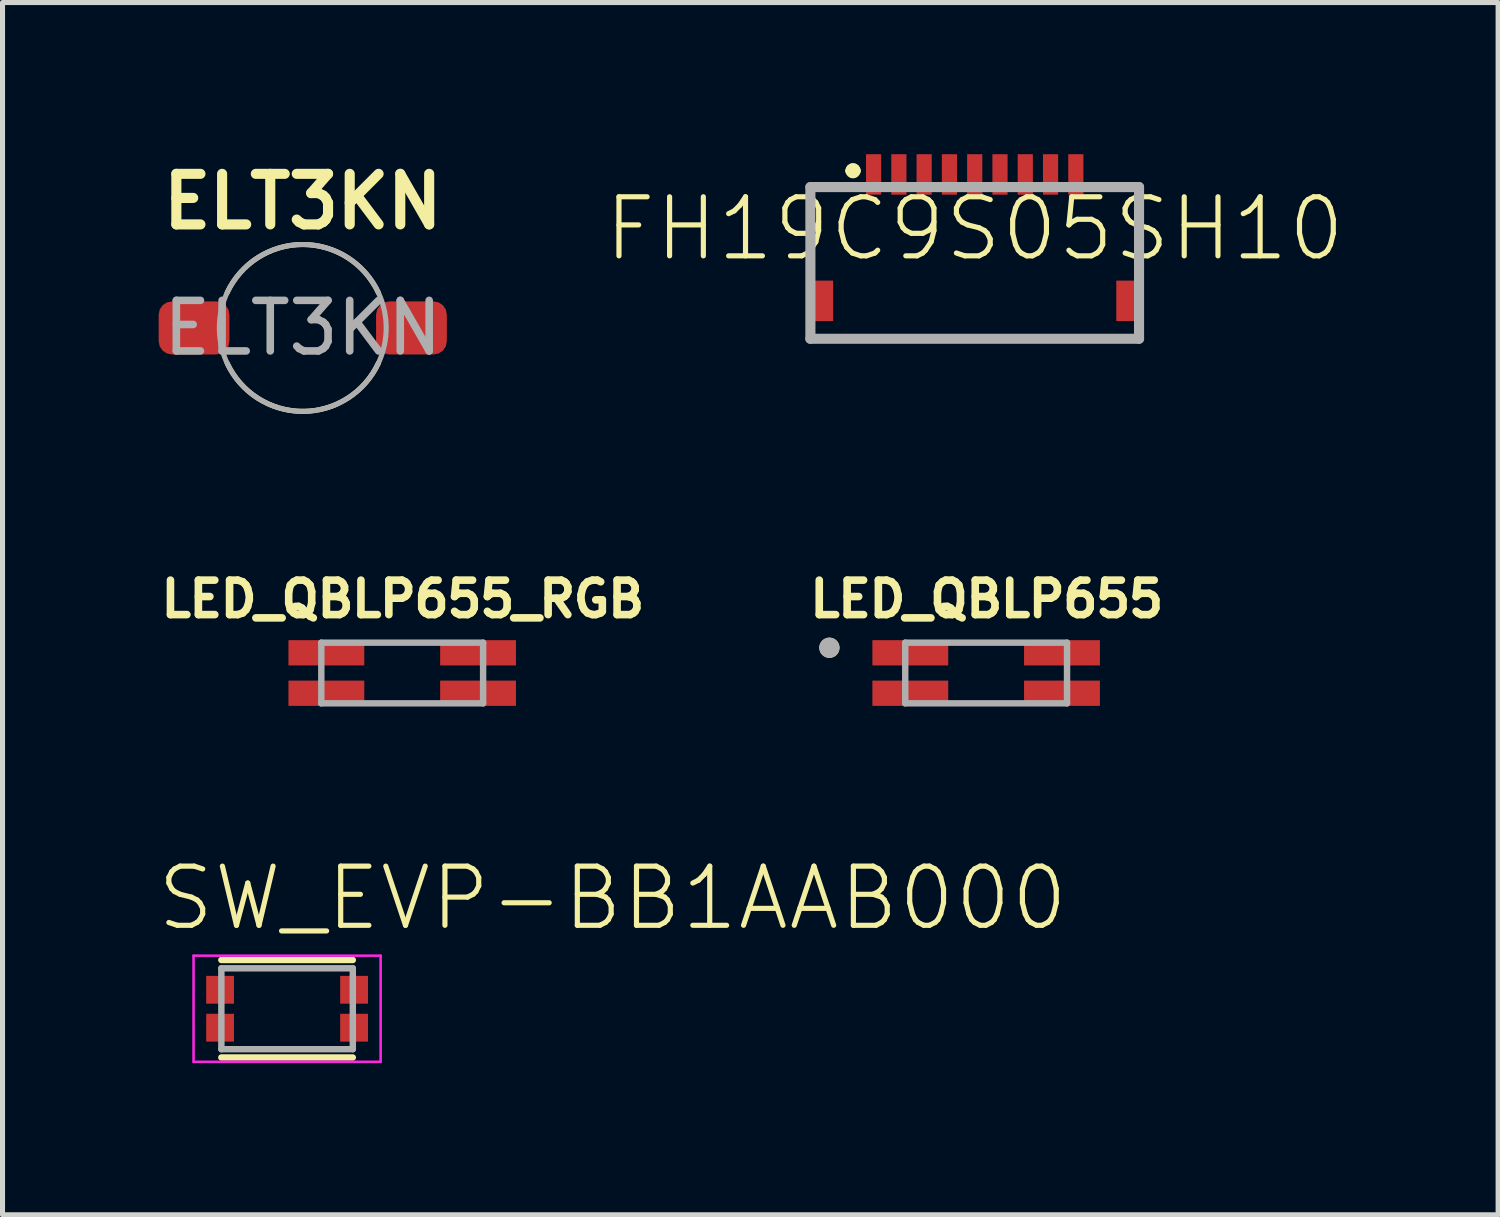
<source format=kicad_pcb>
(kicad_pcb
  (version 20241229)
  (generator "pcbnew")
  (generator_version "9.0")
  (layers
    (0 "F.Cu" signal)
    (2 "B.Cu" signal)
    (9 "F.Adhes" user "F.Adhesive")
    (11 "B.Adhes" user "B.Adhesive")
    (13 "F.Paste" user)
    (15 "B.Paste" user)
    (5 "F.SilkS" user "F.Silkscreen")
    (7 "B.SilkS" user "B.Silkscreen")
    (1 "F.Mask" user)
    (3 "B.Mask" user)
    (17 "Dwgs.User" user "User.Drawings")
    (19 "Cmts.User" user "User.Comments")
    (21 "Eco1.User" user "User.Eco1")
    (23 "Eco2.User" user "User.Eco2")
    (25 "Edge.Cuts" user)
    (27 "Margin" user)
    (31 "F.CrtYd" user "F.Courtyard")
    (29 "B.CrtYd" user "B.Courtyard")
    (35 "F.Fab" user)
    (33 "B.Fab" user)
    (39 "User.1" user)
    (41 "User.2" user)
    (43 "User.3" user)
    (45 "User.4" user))
  (footprint "LED_QBLP655_RGB"
    (layer "F.Cu")
    (at 4.905 10.261)
    (property "Reference" "LED_QBLP655_RGB" (at 0.012 -1.463 0) (layer "F.SilkS") (effects (font (size 0.682 0.682) (thickness 0.15))))
    (fp_line (start -1.6 -0.6) (end 1.6 -0.6) (stroke (width 0.127) (type solid)) (layer "F.Fab"))
    (fp_line (start -1.6 0.6) (end -1.6 -0.6) (stroke (width 0.127) (type solid)) (layer "F.Fab"))
    (fp_line (start 1.6 -0.6) (end 1.6 0.6) (stroke (width 0.127) (type solid)) (layer "F.Fab"))
    (fp_line (start 1.6 0.6) (end -1.6 0.6) (stroke (width 0.127) (type solid)) (layer "F.Fab"))
    (pad "1" smd rect (at 1.5 -0.4) (size 1.5 0.5) (layers "F.Cu" "F.Mask" "F.Paste"))
    (pad "2" smd rect (at -1.5 -0.4) (size 1.5 0.5) (layers "F.Cu" "F.Mask" "F.Paste"))
    (pad "3" smd rect (at -1.5 0.4) (size 1.5 0.5) (layers "F.Cu" "F.Mask" "F.Paste"))
    (pad "4" smd rect (at 1.5 0.4) (size 1.5 0.5) (layers "F.Cu" "F.Mask" "F.Paste")))
  (footprint "LED_QBLP655"
    (layer "F.Cu")
    (at 16.454 10.261)
    (property "Reference" "LED_QBLP655" (at 0.012 -1.463 0) (layer "F.SilkS") (effects (font (size 0.682 0.682) (thickness 0.15))))
    (fp_circle (center -3.1 -0.5) (end -3 -0.5) (stroke (width 0.2) (type solid)) (fill no) (layer "F.SilkS"))
    (fp_line (start -1.6 -0.6) (end 1.6 -0.6) (stroke (width 0.127) (type solid)) (layer "F.Fab"))
    (fp_line (start -1.6 0.6) (end -1.6 -0.6) (stroke (width 0.127) (type solid)) (layer "F.Fab"))
    (fp_line (start 1.6 -0.6) (end 1.6 0.6) (stroke (width 0.127) (type solid)) (layer "F.Fab"))
    (fp_line (start 1.6 0.6) (end -1.6 0.6) (stroke (width 0.127) (type solid)) (layer "F.Fab"))
    (fp_circle (center -3.1 -0.5) (end -3 -0.5) (stroke (width 0.2) (type solid)) (fill no) (layer "F.Fab"))
    (pad "1" smd rect (at -1.5 -0.4) (size 1.5 0.5) (layers "F.Cu" "F.Mask" "F.Paste"))
    (pad "2" smd rect (at 1.5 -0.4) (size 1.5 0.5) (layers "F.Cu" "F.Mask" "F.Paste"))
    (pad "3" smd rect (at -1.5 0.4) (size 1.5 0.5) (layers "F.Cu" "F.Mask" "F.Paste"))
    (pad "4" smd rect (at 1.5 0.4) (size 1.5 0.5) (layers "F.Cu" "F.Mask" "F.Paste")))
  (footprint "FH19C9S05SH10"
    (layer "F.Cu")
    (at 16.228 2.9)
    (property "Reference" "FH19C9S05SH10" (at 0 -1.425 0) (layer "F.SilkS") (effects (font (size 1.168 1.168) (thickness 0.102))))
    (fp_line (start -3.25 -2.25) (end -3.25 -0.75) (stroke (width 0.1) (type solid)) (layer "F.SilkS"))
    (fp_line (start -3.25 0.75) (end 3.25 0.75) (stroke (width 0.1) (type solid)) (layer "F.SilkS"))
    (fp_line (start -2.75 -2.25) (end -3.25 -2.25) (stroke (width 0.1) (type solid)) (layer "F.SilkS"))
    (fp_line (start 2.75 -2.25) (end 3.25 -2.25) (stroke (width 0.1) (type solid)) (layer "F.SilkS"))
    (fp_line (start 3.25 -2.25) (end 3.25 -0.75) (stroke (width 0.1) (type solid)) (layer "F.SilkS"))
    (fp_arc (start -2.457 -2.572) (mid -2.407 -2.622) (end -2.357 -2.572) (stroke (width 0.2) (type solid)) (layer "F.SilkS"))
    (fp_arc (start -2.457 -2.572) (mid -2.407 -2.622) (end -2.357 -2.572) (stroke (width 0.2) (type solid)) (layer "F.SilkS"))
    (fp_arc (start -2.357 -2.572) (mid -2.407 -2.522) (end -2.457 -2.572) (stroke (width 0.2) (type solid)) (layer "F.SilkS"))
    (fp_line (start -3.25 -2.25) (end 3.25 -2.25) (stroke (width 0.2) (type solid)) (layer "F.Fab"))
    (fp_line (start -3.25 0.75) (end -3.25 -2.25) (stroke (width 0.2) (type solid)) (layer "F.Fab"))
    (fp_line (start 3.25 -2.25) (end 3.25 0.75) (stroke (width 0.2) (type solid)) (layer "F.Fab"))
    (fp_line (start 3.25 0.75) (end -3.25 0.75) (stroke (width 0.2) (type solid)) (layer "F.Fab"))
    (pad "1" smd rect (at -2 -2.5 90) (size 0.8 0.3) (layers "F.Cu" "F.Mask" "F.Paste"))
    (pad "2" smd rect (at -1.5 -2.5 90) (size 0.8 0.3) (layers "F.Cu" "F.Mask" "F.Paste"))
    (pad "3" smd rect (at -1 -2.5 90) (size 0.8 0.3) (layers "F.Cu" "F.Mask" "F.Paste"))
    (pad "4" smd rect (at -0.5 -2.5 90) (size 0.8 0.3) (layers "F.Cu" "F.Mask" "F.Paste"))
    (pad "5" smd rect (at 0 -2.5 90) (size 0.8 0.3) (layers "F.Cu" "F.Mask" "F.Paste"))
    (pad "6" smd rect (at 0.5 -2.5 90) (size 0.8 0.3) (layers "F.Cu" "F.Mask" "F.Paste"))
    (pad "7" smd rect (at 1 -2.5 90) (size 0.8 0.3) (layers "F.Cu" "F.Mask" "F.Paste"))
    (pad "8" smd rect (at 1.5 -2.5 90) (size 0.8 0.3) (layers "F.Cu" "F.Mask" "F.Paste"))
    (pad "9" smd rect (at 2 -2.5 90) (size 0.8 0.3) (layers "F.Cu" "F.Mask" "F.Paste"))
    (pad "MP1" smd rect (at -3 0 90) (size 0.8 0.4) (layers "F.Cu" "F.Mask" "F.Paste"))
    (pad "MP2" smd rect (at 3 0 90) (size 0.8 0.4) (layers "F.Cu" "F.Mask" "F.Paste")))
  (footprint "ELT3KN"
    (layer "F.Cu")
    (at 2.938 3.436)
    (property "Reference" "ELT3KN" (at 0 -2.5 0) (unlocked yes) (layer "F.SilkS") (effects (font (size 1 1) (thickness 0.2) (bold yes))))
    (attr smd)
    (fp_arc (start -1.495202 -0.697761) (mid -0.886339 -1.391726) (end 0 -1.65) (stroke (width 0.1) (type default)) (layer "F.SilkS"))
    (fp_arc (start 0 -1.65) (mid 0.886339 -1.391727) (end 1.495202 -0.697761) (stroke (width 0.1) (type default)) (layer "F.SilkS"))
    (fp_arc (start 0 1.65) (mid -0.886339 1.391727) (end -1.495202 0.697761) (stroke (width 0.1) (type default)) (layer "F.SilkS"))
    (fp_arc (start 1.495202 0.697761) (mid 0.886339 1.391726) (end 0 1.65) (stroke (width 0.1) (type default)) (layer "F.SilkS"))
    (fp_circle (center 0 0) (end 1.65 0) (stroke (width 0.1) (type default)) (fill no) (layer "F.Fab"))
    (fp_text user "${REFERENCE}" (at 0 0 0) (unlocked yes) (layer "F.Fab") (effects (font (size 1 1) (thickness 0.15))))
    (pad "1" smd roundrect (at -2.15 0) (size 1.4 1.05) (layers "F.Cu" "F.Mask" "F.Paste") (roundrect_rratio 0.25))
    (pad "2" smd roundrect (at 2.15 0) (size 1.4 1.05) (layers "F.Cu" "F.Mask" "F.Paste") (roundrect_rratio 0.25)))
  (footprint "SW_EVP-BB1AAB000"
    (layer "F.Cu")
    (at 2.628 16.901)
    (property "Reference" "SW_EVP-BB1AAB000" (at -2.628 -1.502 0) (layer "F.SilkS") (effects (font (size 1.17 1.17) (thickness 0.102)) (justify left bottom)))
    (fp_line (start -1.325 -0.375) (end -1.325 0.375) (stroke (width 0.55) (type solid)) (layer "F.Mask"))
    (fp_line (start 1.325 -0.375) (end 1.325 0.375) (stroke (width 0.55) (type solid)) (layer "F.Mask"))
    (fp_line (start -1.3 -0.964) (end 1.3 -0.964) (stroke (width 0.127) (type solid)) (layer "F.SilkS"))
    (fp_line (start -1.3 0.964) (end 1.3 0.964) (stroke (width 0.127) (type solid)) (layer "F.SilkS"))
    (fp_line (start -1.325 -0.375) (end -1.325 0.375) (stroke (width 0.465) (type solid)) (layer "F.Paste"))
    (fp_line (start 1.325 -0.375) (end 1.325 0.375) (stroke (width 0.465) (type solid)) (layer "F.Paste"))
    (fp_poly (pts (xy -1.095 -0.145) (xy -1.555 -0.145) (xy -1.555 -0.605) (xy -1.095 -0.605)) (stroke (width 0) (type solid)) (fill yes) (layer "F.Paste"))
    (fp_poly (pts (xy -1.095 0.605) (xy -1.555 0.605) (xy -1.555 0.145) (xy -1.095 0.145)) (stroke (width 0) (type solid)) (fill yes) (layer "F.Paste"))
    (fp_poly (pts (xy 1.555 -0.145) (xy 1.095 -0.145) (xy 1.095 -0.605) (xy 1.555 -0.605)) (stroke (width 0) (type solid)) (fill yes) (layer "F.Paste"))
    (fp_poly (pts (xy 1.555 0.605) (xy 1.095 0.605) (xy 1.095 0.145) (xy 1.555 0.145)) (stroke (width 0) (type solid)) (fill yes) (layer "F.Paste"))
    (fp_line (start -1.85 -1.05) (end 1.85 -1.05) (stroke (width 0.05) (type solid)) (layer "F.CrtYd"))
    (fp_line (start -1.85 1.05) (end -1.85 -1.05) (stroke (width 0.05) (type solid)) (layer "F.CrtYd"))
    (fp_line (start 1.85 -1.05) (end 1.85 1.05) (stroke (width 0.05) (type solid)) (layer "F.CrtYd"))
    (fp_line (start 1.85 1.05) (end -1.85 1.05) (stroke (width 0.05) (type solid)) (layer "F.CrtYd"))
    (fp_line (start -1.3 -0.8) (end 1.3 -0.8) (stroke (width 0.127) (type solid)) (layer "F.Fab"))
    (fp_line (start -1.3 0.8) (end -1.3 -0.8) (stroke (width 0.127) (type solid)) (layer "F.Fab"))
    (fp_line (start 1.3 -0.8) (end 1.3 0.8) (stroke (width 0.127) (type solid)) (layer "F.Fab"))
    (fp_line (start 1.3 0.8) (end -1.3 0.8) (stroke (width 0.127) (type solid)) (layer "F.Fab"))
    (pad "A1" smd rect (at -1.325 -0.375) (size 0.55 0.55) (layers "F.Cu" "F.Mask"))
    (pad "A2" smd rect (at -1.325 0.375) (size 0.55 0.55) (layers "F.Cu" "F.Mask"))
    (pad "B1" smd rect (at 1.325 -0.375) (size 0.55 0.55) (layers "F.Cu" "F.Mask"))
    (pad "B2" smd rect (at 1.325 0.375) (size 0.55 0.55) (layers "F.Cu" "F.Mask")))
  (gr_rect
    (start -3 -3)
    (end 26.58 20.976)
    (stroke (width 0.1) (type default))
    (fill no)
    (layer "Edge.Cuts")))
</source>
